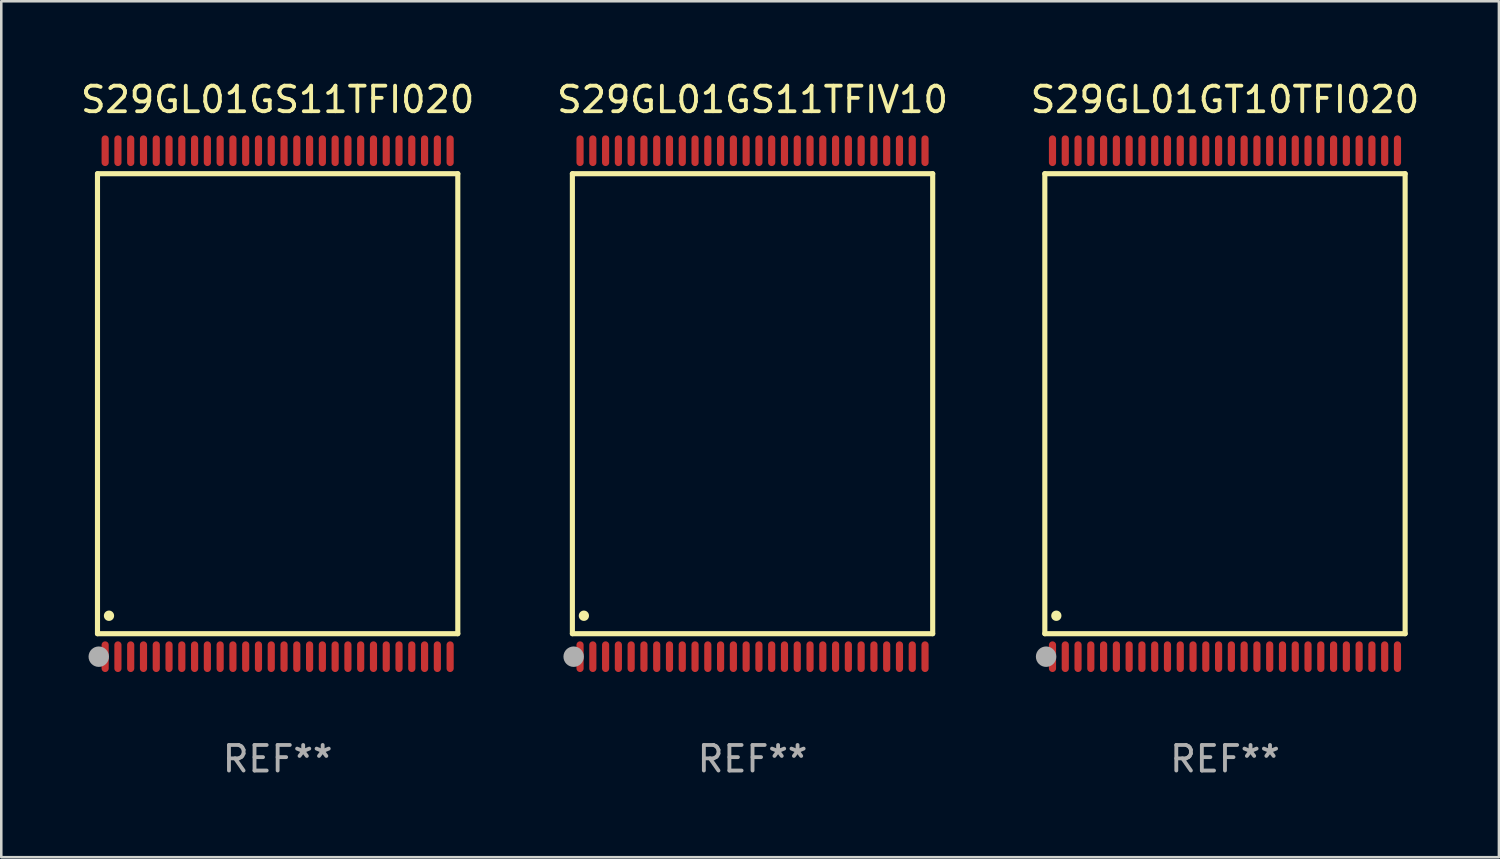
<source format=kicad_pcb>
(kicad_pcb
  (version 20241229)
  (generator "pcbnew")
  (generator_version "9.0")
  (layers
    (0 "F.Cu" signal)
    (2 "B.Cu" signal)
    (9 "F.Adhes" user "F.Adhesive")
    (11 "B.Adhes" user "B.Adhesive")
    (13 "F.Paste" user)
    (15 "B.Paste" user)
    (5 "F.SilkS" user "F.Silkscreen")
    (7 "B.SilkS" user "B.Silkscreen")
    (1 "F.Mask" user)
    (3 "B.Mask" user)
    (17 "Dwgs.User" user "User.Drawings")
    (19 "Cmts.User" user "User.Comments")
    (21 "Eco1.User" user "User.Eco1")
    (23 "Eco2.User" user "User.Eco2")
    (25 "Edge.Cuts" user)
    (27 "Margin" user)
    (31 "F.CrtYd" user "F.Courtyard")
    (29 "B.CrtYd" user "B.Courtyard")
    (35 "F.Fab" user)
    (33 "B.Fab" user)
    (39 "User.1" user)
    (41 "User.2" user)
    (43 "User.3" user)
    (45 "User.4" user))
  (footprint "S29GL01GS11TFIV10"
    (layer "F.Cu")
    (at 26.399 12.748)
    (property "Reference" "S29GL01GS11TFIV10" (at 0 -11.9 0) (layer "F.SilkS") (effects (font (size 1 1) (thickness 0.15))))
    (attr through_hole)
    (fp_line (start -7.05 -9) (end 7.05 -9) (stroke (width 0.2) (type solid)) (layer "F.SilkS"))
    (fp_line (start -7.05 9) (end -7.05 -9) (stroke (width 0.2) (type solid)) (layer "F.SilkS"))
    (fp_line (start 7.05 9) (end -7.05 9) (stroke (width 0.2) (type solid)) (layer "F.SilkS"))
    (fp_line (start 7.05 9) (end 7.05 -9) (stroke (width 0.2) (type solid)) (layer "F.SilkS"))
    (fp_arc (start -6.600025 8.300025) (mid -6.600041 8.297485) (end -6.600025 8.294945) (stroke (width 0.4) (type solid)) (layer "F.SilkS"))
    (fp_circle (center -7 10) (end -6.97 10) (stroke (width 0.06) (type solid)) (fill no) (layer "F.SilkS"))
    (fp_circle (center -7 9.9) (end -6.8 9.9) (stroke (width 0.4) (type solid)) (fill no) (layer "F.Fab"))
    (fp_text user "REF**" (at 0 13.9 0) (layer "F.Fab") (effects (font (size 1 1) (thickness 0.15))))
    (pad "1" smd oval (at -6.75 9.9) (size 0.28 1.2) (layers "F.Cu" "F.Mask" "F.Paste"))
    (pad "2" smd oval (at -6.25 9.9) (size 0.28 1.2) (layers "F.Cu" "F.Mask" "F.Paste"))
    (pad "3" smd oval (at -5.75 9.9) (size 0.28 1.2) (layers "F.Cu" "F.Mask" "F.Paste"))
    (pad "4" smd oval (at -5.25 9.9) (size 0.28 1.2) (layers "F.Cu" "F.Mask" "F.Paste"))
    (pad "5" smd oval (at -4.75 9.9) (size 0.28 1.2) (layers "F.Cu" "F.Mask" "F.Paste"))
    (pad "6" smd oval (at -4.25 9.9) (size 0.28 1.2) (layers "F.Cu" "F.Mask" "F.Paste"))
    (pad "7" smd oval (at -3.75 9.9) (size 0.28 1.2) (layers "F.Cu" "F.Mask" "F.Paste"))
    (pad "8" smd oval (at -3.25 9.9) (size 0.28 1.2) (layers "F.Cu" "F.Mask" "F.Paste"))
    (pad "9" smd oval (at -2.75 9.9) (size 0.28 1.2) (layers "F.Cu" "F.Mask" "F.Paste"))
    (pad "10" smd oval (at -2.25 9.9) (size 0.28 1.2) (layers "F.Cu" "F.Mask" "F.Paste"))
    (pad "11" smd oval (at -1.75 9.9) (size 0.28 1.2) (layers "F.Cu" "F.Mask" "F.Paste"))
    (pad "12" smd oval (at -1.25 9.9) (size 0.28 1.2) (layers "F.Cu" "F.Mask" "F.Paste"))
    (pad "13" smd oval (at -0.75 9.9) (size 0.28 1.2) (layers "F.Cu" "F.Mask" "F.Paste"))
    (pad "14" smd oval (at -0.25 9.9) (size 0.28 1.2) (layers "F.Cu" "F.Mask" "F.Paste"))
    (pad "15" smd oval (at 0.25 9.9) (size 0.28 1.2) (layers "F.Cu" "F.Mask" "F.Paste"))
    (pad "16" smd oval (at 0.75 9.9) (size 0.28 1.2) (layers "F.Cu" "F.Mask" "F.Paste"))
    (pad "17" smd oval (at 1.25 9.9) (size 0.28 1.2) (layers "F.Cu" "F.Mask" "F.Paste"))
    (pad "18" smd oval (at 1.75 9.9) (size 0.28 1.2) (layers "F.Cu" "F.Mask" "F.Paste"))
    (pad "19" smd oval (at 2.25 9.9) (size 0.28 1.2) (layers "F.Cu" "F.Mask" "F.Paste"))
    (pad "20" smd oval (at 2.75 9.9) (size 0.28 1.2) (layers "F.Cu" "F.Mask" "F.Paste"))
    (pad "21" smd oval (at 3.25 9.9) (size 0.28 1.2) (layers "F.Cu" "F.Mask" "F.Paste"))
    (pad "22" smd oval (at 3.75 9.9) (size 0.28 1.2) (layers "F.Cu" "F.Mask" "F.Paste"))
    (pad "23" smd oval (at 4.25 9.9) (size 0.28 1.2) (layers "F.Cu" "F.Mask" "F.Paste"))
    (pad "24" smd oval (at 4.75 9.9) (size 0.28 1.2) (layers "F.Cu" "F.Mask" "F.Paste"))
    (pad "25" smd oval (at 5.25 9.9) (size 0.28 1.2) (layers "F.Cu" "F.Mask" "F.Paste"))
    (pad "26" smd oval (at 5.75 9.9) (size 0.28 1.2) (layers "F.Cu" "F.Mask" "F.Paste"))
    (pad "27" smd oval (at 6.25 9.9) (size 0.28 1.2) (layers "F.Cu" "F.Mask" "F.Paste"))
    (pad "28" smd oval (at 6.75 9.9) (size 0.28 1.2) (layers "F.Cu" "F.Mask" "F.Paste"))
    (pad "29" smd oval (at 6.75 -9.9) (size 0.28 1.2) (layers "F.Cu" "F.Mask" "F.Paste"))
    (pad "30" smd oval (at 6.25 -9.9) (size 0.28 1.2) (layers "F.Cu" "F.Mask" "F.Paste"))
    (pad "31" smd oval (at 5.75 -9.9) (size 0.28 1.2) (layers "F.Cu" "F.Mask" "F.Paste"))
    (pad "32" smd oval (at 5.25 -9.9) (size 0.28 1.2) (layers "F.Cu" "F.Mask" "F.Paste"))
    (pad "33" smd oval (at 4.75 -9.9) (size 0.28 1.2) (layers "F.Cu" "F.Mask" "F.Paste"))
    (pad "34" smd oval (at 4.25 -9.9) (size 0.28 1.2) (layers "F.Cu" "F.Mask" "F.Paste"))
    (pad "35" smd oval (at 3.75 -9.9) (size 0.28 1.2) (layers "F.Cu" "F.Mask" "F.Paste"))
    (pad "36" smd oval (at 3.25 -9.9) (size 0.28 1.2) (layers "F.Cu" "F.Mask" "F.Paste"))
    (pad "37" smd oval (at 2.75 -9.9) (size 0.28 1.2) (layers "F.Cu" "F.Mask" "F.Paste"))
    (pad "38" smd oval (at 2.25 -9.9) (size 0.28 1.2) (layers "F.Cu" "F.Mask" "F.Paste"))
    (pad "39" smd oval (at 1.75 -9.9) (size 0.28 1.2) (layers "F.Cu" "F.Mask" "F.Paste"))
    (pad "40" smd oval (at 1.25 -9.9) (size 0.28 1.2) (layers "F.Cu" "F.Mask" "F.Paste"))
    (pad "41" smd oval (at 0.75 -9.9) (size 0.28 1.2) (layers "F.Cu" "F.Mask" "F.Paste"))
    (pad "42" smd oval (at 0.25 -9.9) (size 0.28 1.2) (layers "F.Cu" "F.Mask" "F.Paste"))
    (pad "43" smd oval (at -0.25 -9.9) (size 0.28 1.2) (layers "F.Cu" "F.Mask" "F.Paste"))
    (pad "44" smd oval (at -0.75 -9.9) (size 0.28 1.2) (layers "F.Cu" "F.Mask" "F.Paste"))
    (pad "45" smd oval (at -1.25 -9.9) (size 0.28 1.2) (layers "F.Cu" "F.Mask" "F.Paste"))
    (pad "46" smd oval (at -1.75 -9.9) (size 0.28 1.2) (layers "F.Cu" "F.Mask" "F.Paste"))
    (pad "47" smd oval (at -2.25 -9.9) (size 0.28 1.2) (layers "F.Cu" "F.Mask" "F.Paste"))
    (pad "48" smd oval (at -2.75 -9.9) (size 0.28 1.2) (layers "F.Cu" "F.Mask" "F.Paste"))
    (pad "49" smd oval (at -3.25 -9.9) (size 0.28 1.2) (layers "F.Cu" "F.Mask" "F.Paste"))
    (pad "50" smd oval (at -3.75 -9.9) (size 0.28 1.2) (layers "F.Cu" "F.Mask" "F.Paste"))
    (pad "51" smd oval (at -4.25 -9.9) (size 0.28 1.2) (layers "F.Cu" "F.Mask" "F.Paste"))
    (pad "52" smd oval (at -4.75 -9.9) (size 0.28 1.2) (layers "F.Cu" "F.Mask" "F.Paste"))
    (pad "53" smd oval (at -5.25 -9.9) (size 0.28 1.2) (layers "F.Cu" "F.Mask" "F.Paste"))
    (pad "54" smd oval (at -5.75 -9.9) (size 0.28 1.2) (layers "F.Cu" "F.Mask" "F.Paste"))
    (pad "55" smd oval (at -6.25 -9.9) (size 0.28 1.2) (layers "F.Cu" "F.Mask" "F.Paste"))
    (pad "56" smd oval (at -6.75 -9.9) (size 0.28 1.2) (layers "F.Cu" "F.Mask" "F.Paste")))
  (footprint "S29GL01GS11TFI020"
    (layer "F.Cu")
    (at 7.815 12.748)
    (property "Reference" "S29GL01GS11TFI020" (at 0 -11.9 0) (layer "F.SilkS") (effects (font (size 1 1) (thickness 0.15))))
    (attr through_hole)
    (fp_line (start -7.05 -9) (end 7.05 -9) (stroke (width 0.2) (type solid)) (layer "F.SilkS"))
    (fp_line (start -7.05 9) (end -7.05 -9) (stroke (width 0.2) (type solid)) (layer "F.SilkS"))
    (fp_line (start 7.05 9) (end -7.05 9) (stroke (width 0.2) (type solid)) (layer "F.SilkS"))
    (fp_line (start 7.05 9) (end 7.05 -9) (stroke (width 0.2) (type solid)) (layer "F.SilkS"))
    (fp_arc (start -6.600025 8.300025) (mid -6.600041 8.297485) (end -6.600025 8.294945) (stroke (width 0.4) (type solid)) (layer "F.SilkS"))
    (fp_circle (center -7 10) (end -6.97 10) (stroke (width 0.06) (type solid)) (fill no) (layer "F.SilkS"))
    (fp_circle (center -7 9.9) (end -6.8 9.9) (stroke (width 0.4) (type solid)) (fill no) (layer "F.Fab"))
    (fp_text user "REF**" (at 0 13.9 0) (layer "F.Fab") (effects (font (size 1 1) (thickness 0.15))))
    (pad "1" smd oval (at -6.75 9.9) (size 0.28 1.2) (layers "F.Cu" "F.Mask" "F.Paste"))
    (pad "2" smd oval (at -6.25 9.9) (size 0.28 1.2) (layers "F.Cu" "F.Mask" "F.Paste"))
    (pad "3" smd oval (at -5.75 9.9) (size 0.28 1.2) (layers "F.Cu" "F.Mask" "F.Paste"))
    (pad "4" smd oval (at -5.25 9.9) (size 0.28 1.2) (layers "F.Cu" "F.Mask" "F.Paste"))
    (pad "5" smd oval (at -4.75 9.9) (size 0.28 1.2) (layers "F.Cu" "F.Mask" "F.Paste"))
    (pad "6" smd oval (at -4.25 9.9) (size 0.28 1.2) (layers "F.Cu" "F.Mask" "F.Paste"))
    (pad "7" smd oval (at -3.75 9.9) (size 0.28 1.2) (layers "F.Cu" "F.Mask" "F.Paste"))
    (pad "8" smd oval (at -3.25 9.9) (size 0.28 1.2) (layers "F.Cu" "F.Mask" "F.Paste"))
    (pad "9" smd oval (at -2.75 9.9) (size 0.28 1.2) (layers "F.Cu" "F.Mask" "F.Paste"))
    (pad "10" smd oval (at -2.25 9.9) (size 0.28 1.2) (layers "F.Cu" "F.Mask" "F.Paste"))
    (pad "11" smd oval (at -1.75 9.9) (size 0.28 1.2) (layers "F.Cu" "F.Mask" "F.Paste"))
    (pad "12" smd oval (at -1.25 9.9) (size 0.28 1.2) (layers "F.Cu" "F.Mask" "F.Paste"))
    (pad "13" smd oval (at -0.75 9.9) (size 0.28 1.2) (layers "F.Cu" "F.Mask" "F.Paste"))
    (pad "14" smd oval (at -0.25 9.9) (size 0.28 1.2) (layers "F.Cu" "F.Mask" "F.Paste"))
    (pad "15" smd oval (at 0.25 9.9) (size 0.28 1.2) (layers "F.Cu" "F.Mask" "F.Paste"))
    (pad "16" smd oval (at 0.75 9.9) (size 0.28 1.2) (layers "F.Cu" "F.Mask" "F.Paste"))
    (pad "17" smd oval (at 1.25 9.9) (size 0.28 1.2) (layers "F.Cu" "F.Mask" "F.Paste"))
    (pad "18" smd oval (at 1.75 9.9) (size 0.28 1.2) (layers "F.Cu" "F.Mask" "F.Paste"))
    (pad "19" smd oval (at 2.25 9.9) (size 0.28 1.2) (layers "F.Cu" "F.Mask" "F.Paste"))
    (pad "20" smd oval (at 2.75 9.9) (size 0.28 1.2) (layers "F.Cu" "F.Mask" "F.Paste"))
    (pad "21" smd oval (at 3.25 9.9) (size 0.28 1.2) (layers "F.Cu" "F.Mask" "F.Paste"))
    (pad "22" smd oval (at 3.75 9.9) (size 0.28 1.2) (layers "F.Cu" "F.Mask" "F.Paste"))
    (pad "23" smd oval (at 4.25 9.9) (size 0.28 1.2) (layers "F.Cu" "F.Mask" "F.Paste"))
    (pad "24" smd oval (at 4.75 9.9) (size 0.28 1.2) (layers "F.Cu" "F.Mask" "F.Paste"))
    (pad "25" smd oval (at 5.25 9.9) (size 0.28 1.2) (layers "F.Cu" "F.Mask" "F.Paste"))
    (pad "26" smd oval (at 5.75 9.9) (size 0.28 1.2) (layers "F.Cu" "F.Mask" "F.Paste"))
    (pad "27" smd oval (at 6.25 9.9) (size 0.28 1.2) (layers "F.Cu" "F.Mask" "F.Paste"))
    (pad "28" smd oval (at 6.75 9.9) (size 0.28 1.2) (layers "F.Cu" "F.Mask" "F.Paste"))
    (pad "29" smd oval (at 6.75 -9.9) (size 0.28 1.2) (layers "F.Cu" "F.Mask" "F.Paste"))
    (pad "30" smd oval (at 6.25 -9.9) (size 0.28 1.2) (layers "F.Cu" "F.Mask" "F.Paste"))
    (pad "31" smd oval (at 5.75 -9.9) (size 0.28 1.2) (layers "F.Cu" "F.Mask" "F.Paste"))
    (pad "32" smd oval (at 5.25 -9.9) (size 0.28 1.2) (layers "F.Cu" "F.Mask" "F.Paste"))
    (pad "33" smd oval (at 4.75 -9.9) (size 0.28 1.2) (layers "F.Cu" "F.Mask" "F.Paste"))
    (pad "34" smd oval (at 4.25 -9.9) (size 0.28 1.2) (layers "F.Cu" "F.Mask" "F.Paste"))
    (pad "35" smd oval (at 3.75 -9.9) (size 0.28 1.2) (layers "F.Cu" "F.Mask" "F.Paste"))
    (pad "36" smd oval (at 3.25 -9.9) (size 0.28 1.2) (layers "F.Cu" "F.Mask" "F.Paste"))
    (pad "37" smd oval (at 2.75 -9.9) (size 0.28 1.2) (layers "F.Cu" "F.Mask" "F.Paste"))
    (pad "38" smd oval (at 2.25 -9.9) (size 0.28 1.2) (layers "F.Cu" "F.Mask" "F.Paste"))
    (pad "39" smd oval (at 1.75 -9.9) (size 0.28 1.2) (layers "F.Cu" "F.Mask" "F.Paste"))
    (pad "40" smd oval (at 1.25 -9.9) (size 0.28 1.2) (layers "F.Cu" "F.Mask" "F.Paste"))
    (pad "41" smd oval (at 0.75 -9.9) (size 0.28 1.2) (layers "F.Cu" "F.Mask" "F.Paste"))
    (pad "42" smd oval (at 0.25 -9.9) (size 0.28 1.2) (layers "F.Cu" "F.Mask" "F.Paste"))
    (pad "43" smd oval (at -0.25 -9.9) (size 0.28 1.2) (layers "F.Cu" "F.Mask" "F.Paste"))
    (pad "44" smd oval (at -0.75 -9.9) (size 0.28 1.2) (layers "F.Cu" "F.Mask" "F.Paste"))
    (pad "45" smd oval (at -1.25 -9.9) (size 0.28 1.2) (layers "F.Cu" "F.Mask" "F.Paste"))
    (pad "46" smd oval (at -1.75 -9.9) (size 0.28 1.2) (layers "F.Cu" "F.Mask" "F.Paste"))
    (pad "47" smd oval (at -2.25 -9.9) (size 0.28 1.2) (layers "F.Cu" "F.Mask" "F.Paste"))
    (pad "48" smd oval (at -2.75 -9.9) (size 0.28 1.2) (layers "F.Cu" "F.Mask" "F.Paste"))
    (pad "49" smd oval (at -3.25 -9.9) (size 0.28 1.2) (layers "F.Cu" "F.Mask" "F.Paste"))
    (pad "50" smd oval (at -3.75 -9.9) (size 0.28 1.2) (layers "F.Cu" "F.Mask" "F.Paste"))
    (pad "51" smd oval (at -4.25 -9.9) (size 0.28 1.2) (layers "F.Cu" "F.Mask" "F.Paste"))
    (pad "52" smd oval (at -4.75 -9.9) (size 0.28 1.2) (layers "F.Cu" "F.Mask" "F.Paste"))
    (pad "53" smd oval (at -5.25 -9.9) (size 0.28 1.2) (layers "F.Cu" "F.Mask" "F.Paste"))
    (pad "54" smd oval (at -5.75 -9.9) (size 0.28 1.2) (layers "F.Cu" "F.Mask" "F.Paste"))
    (pad "55" smd oval (at -6.25 -9.9) (size 0.28 1.2) (layers "F.Cu" "F.Mask" "F.Paste"))
    (pad "56" smd oval (at -6.75 -9.9) (size 0.28 1.2) (layers "F.Cu" "F.Mask" "F.Paste")))
  (footprint "S29GL01GT10TFI020"
    (layer "F.Cu")
    (at 44.887 12.748)
    (property "Reference" "S29GL01GT10TFI020" (at 0 -11.9 0) (layer "F.SilkS") (effects (font (size 1 1) (thickness 0.15))))
    (attr through_hole)
    (fp_line (start -7.05 -9) (end 7.05 -9) (stroke (width 0.2) (type solid)) (layer "F.SilkS"))
    (fp_line (start -7.05 9) (end -7.05 -9) (stroke (width 0.2) (type solid)) (layer "F.SilkS"))
    (fp_line (start 7.05 9) (end -7.05 9) (stroke (width 0.2) (type solid)) (layer "F.SilkS"))
    (fp_line (start 7.05 9) (end 7.05 -9) (stroke (width 0.2) (type solid)) (layer "F.SilkS"))
    (fp_arc (start -6.600025 8.300025) (mid -6.600041 8.297485) (end -6.600025 8.294945) (stroke (width 0.4) (type solid)) (layer "F.SilkS"))
    (fp_circle (center -7 10) (end -6.97 10) (stroke (width 0.06) (type solid)) (fill no) (layer "F.SilkS"))
    (fp_circle (center -7 9.9) (end -6.8 9.9) (stroke (width 0.4) (type solid)) (fill no) (layer "F.Fab"))
    (fp_text user "REF**" (at 0 13.9 0) (layer "F.Fab") (effects (font (size 1 1) (thickness 0.15))))
    (pad "1" smd oval (at -6.75 9.9) (size 0.28 1.2) (layers "F.Cu" "F.Mask" "F.Paste"))
    (pad "2" smd oval (at -6.25 9.9) (size 0.28 1.2) (layers "F.Cu" "F.Mask" "F.Paste"))
    (pad "3" smd oval (at -5.75 9.9) (size 0.28 1.2) (layers "F.Cu" "F.Mask" "F.Paste"))
    (pad "4" smd oval (at -5.25 9.9) (size 0.28 1.2) (layers "F.Cu" "F.Mask" "F.Paste"))
    (pad "5" smd oval (at -4.75 9.9) (size 0.28 1.2) (layers "F.Cu" "F.Mask" "F.Paste"))
    (pad "6" smd oval (at -4.25 9.9) (size 0.28 1.2) (layers "F.Cu" "F.Mask" "F.Paste"))
    (pad "7" smd oval (at -3.75 9.9) (size 0.28 1.2) (layers "F.Cu" "F.Mask" "F.Paste"))
    (pad "8" smd oval (at -3.25 9.9) (size 0.28 1.2) (layers "F.Cu" "F.Mask" "F.Paste"))
    (pad "9" smd oval (at -2.75 9.9) (size 0.28 1.2) (layers "F.Cu" "F.Mask" "F.Paste"))
    (pad "10" smd oval (at -2.25 9.9) (size 0.28 1.2) (layers "F.Cu" "F.Mask" "F.Paste"))
    (pad "11" smd oval (at -1.75 9.9) (size 0.28 1.2) (layers "F.Cu" "F.Mask" "F.Paste"))
    (pad "12" smd oval (at -1.25 9.9) (size 0.28 1.2) (layers "F.Cu" "F.Mask" "F.Paste"))
    (pad "13" smd oval (at -0.75 9.9) (size 0.28 1.2) (layers "F.Cu" "F.Mask" "F.Paste"))
    (pad "14" smd oval (at -0.25 9.9) (size 0.28 1.2) (layers "F.Cu" "F.Mask" "F.Paste"))
    (pad "15" smd oval (at 0.25 9.9) (size 0.28 1.2) (layers "F.Cu" "F.Mask" "F.Paste"))
    (pad "16" smd oval (at 0.75 9.9) (size 0.28 1.2) (layers "F.Cu" "F.Mask" "F.Paste"))
    (pad "17" smd oval (at 1.25 9.9) (size 0.28 1.2) (layers "F.Cu" "F.Mask" "F.Paste"))
    (pad "18" smd oval (at 1.75 9.9) (size 0.28 1.2) (layers "F.Cu" "F.Mask" "F.Paste"))
    (pad "19" smd oval (at 2.25 9.9) (size 0.28 1.2) (layers "F.Cu" "F.Mask" "F.Paste"))
    (pad "20" smd oval (at 2.75 9.9) (size 0.28 1.2) (layers "F.Cu" "F.Mask" "F.Paste"))
    (pad "21" smd oval (at 3.25 9.9) (size 0.28 1.2) (layers "F.Cu" "F.Mask" "F.Paste"))
    (pad "22" smd oval (at 3.75 9.9) (size 0.28 1.2) (layers "F.Cu" "F.Mask" "F.Paste"))
    (pad "23" smd oval (at 4.25 9.9) (size 0.28 1.2) (layers "F.Cu" "F.Mask" "F.Paste"))
    (pad "24" smd oval (at 4.75 9.9) (size 0.28 1.2) (layers "F.Cu" "F.Mask" "F.Paste"))
    (pad "25" smd oval (at 5.25 9.9) (size 0.28 1.2) (layers "F.Cu" "F.Mask" "F.Paste"))
    (pad "26" smd oval (at 5.75 9.9) (size 0.28 1.2) (layers "F.Cu" "F.Mask" "F.Paste"))
    (pad "27" smd oval (at 6.25 9.9) (size 0.28 1.2) (layers "F.Cu" "F.Mask" "F.Paste"))
    (pad "28" smd oval (at 6.75 9.9) (size 0.28 1.2) (layers "F.Cu" "F.Mask" "F.Paste"))
    (pad "29" smd oval (at 6.75 -9.9) (size 0.28 1.2) (layers "F.Cu" "F.Mask" "F.Paste"))
    (pad "30" smd oval (at 6.25 -9.9) (size 0.28 1.2) (layers "F.Cu" "F.Mask" "F.Paste"))
    (pad "31" smd oval (at 5.75 -9.9) (size 0.28 1.2) (layers "F.Cu" "F.Mask" "F.Paste"))
    (pad "32" smd oval (at 5.25 -9.9) (size 0.28 1.2) (layers "F.Cu" "F.Mask" "F.Paste"))
    (pad "33" smd oval (at 4.75 -9.9) (size 0.28 1.2) (layers "F.Cu" "F.Mask" "F.Paste"))
    (pad "34" smd oval (at 4.25 -9.9) (size 0.28 1.2) (layers "F.Cu" "F.Mask" "F.Paste"))
    (pad "35" smd oval (at 3.75 -9.9) (size 0.28 1.2) (layers "F.Cu" "F.Mask" "F.Paste"))
    (pad "36" smd oval (at 3.25 -9.9) (size 0.28 1.2) (layers "F.Cu" "F.Mask" "F.Paste"))
    (pad "37" smd oval (at 2.75 -9.9) (size 0.28 1.2) (layers "F.Cu" "F.Mask" "F.Paste"))
    (pad "38" smd oval (at 2.25 -9.9) (size 0.28 1.2) (layers "F.Cu" "F.Mask" "F.Paste"))
    (pad "39" smd oval (at 1.75 -9.9) (size 0.28 1.2) (layers "F.Cu" "F.Mask" "F.Paste"))
    (pad "40" smd oval (at 1.25 -9.9) (size 0.28 1.2) (layers "F.Cu" "F.Mask" "F.Paste"))
    (pad "41" smd oval (at 0.75 -9.9) (size 0.28 1.2) (layers "F.Cu" "F.Mask" "F.Paste"))
    (pad "42" smd oval (at 0.25 -9.9) (size 0.28 1.2) (layers "F.Cu" "F.Mask" "F.Paste"))
    (pad "43" smd oval (at -0.25 -9.9) (size 0.28 1.2) (layers "F.Cu" "F.Mask" "F.Paste"))
    (pad "44" smd oval (at -0.75 -9.9) (size 0.28 1.2) (layers "F.Cu" "F.Mask" "F.Paste"))
    (pad "45" smd oval (at -1.25 -9.9) (size 0.28 1.2) (layers "F.Cu" "F.Mask" "F.Paste"))
    (pad "46" smd oval (at -1.75 -9.9) (size 0.28 1.2) (layers "F.Cu" "F.Mask" "F.Paste"))
    (pad "47" smd oval (at -2.25 -9.9) (size 0.28 1.2) (layers "F.Cu" "F.Mask" "F.Paste"))
    (pad "48" smd oval (at -2.75 -9.9) (size 0.28 1.2) (layers "F.Cu" "F.Mask" "F.Paste"))
    (pad "49" smd oval (at -3.25 -9.9) (size 0.28 1.2) (layers "F.Cu" "F.Mask" "F.Paste"))
    (pad "50" smd oval (at -3.75 -9.9) (size 0.28 1.2) (layers "F.Cu" "F.Mask" "F.Paste"))
    (pad "51" smd oval (at -4.25 -9.9) (size 0.28 1.2) (layers "F.Cu" "F.Mask" "F.Paste"))
    (pad "52" smd oval (at -4.75 -9.9) (size 0.28 1.2) (layers "F.Cu" "F.Mask" "F.Paste"))
    (pad "53" smd oval (at -5.25 -9.9) (size 0.28 1.2) (layers "F.Cu" "F.Mask" "F.Paste"))
    (pad "54" smd oval (at -5.75 -9.9) (size 0.28 1.2) (layers "F.Cu" "F.Mask" "F.Paste"))
    (pad "55" smd oval (at -6.25 -9.9) (size 0.28 1.2) (layers "F.Cu" "F.Mask" "F.Paste"))
    (pad "56" smd oval (at -6.75 -9.9) (size 0.28 1.2) (layers "F.Cu" "F.Mask" "F.Paste")))
  (gr_rect
    (start -3 -3)
    (end 55.607 30.496)
    (stroke (width 0.1) (type default))
    (fill no)
    (layer "Edge.Cuts")))
</source>
